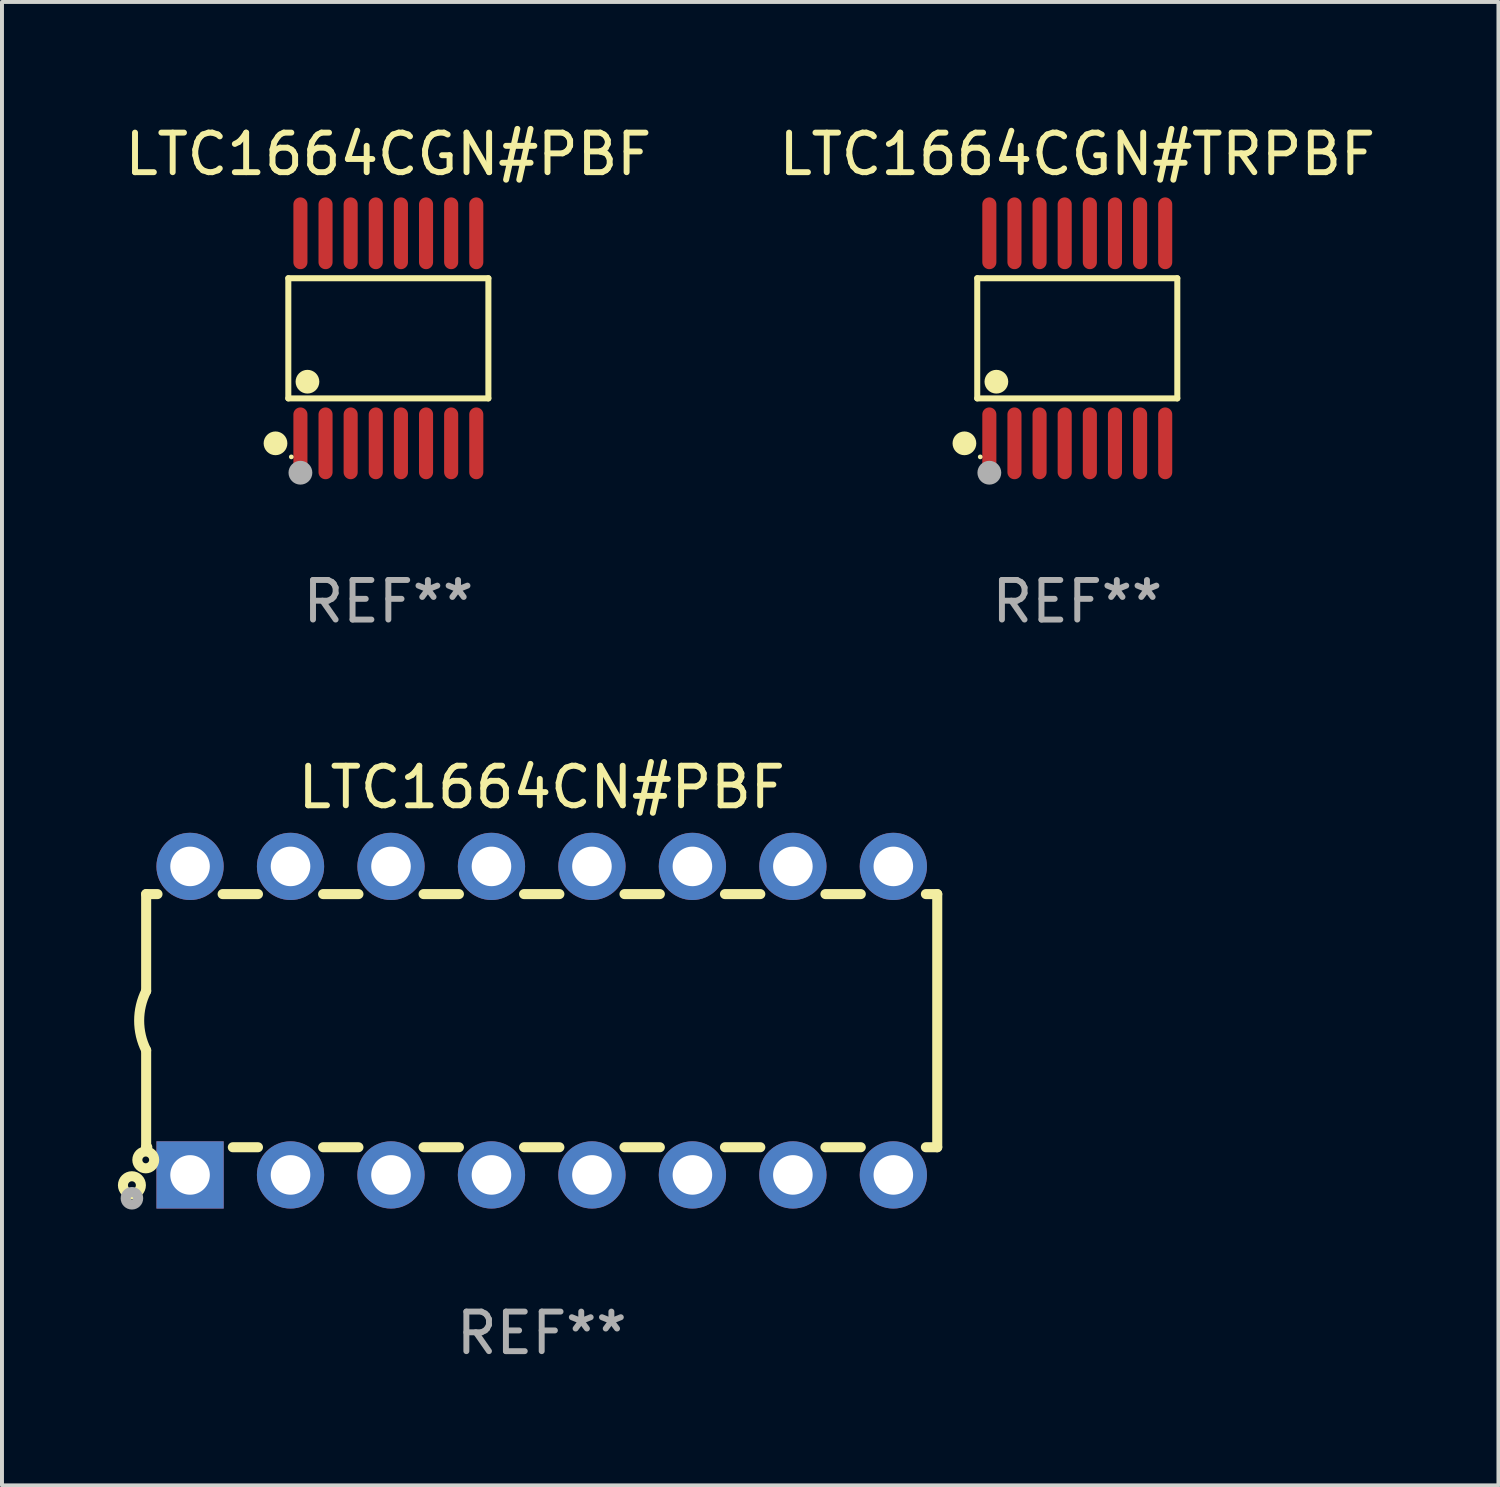
<source format=kicad_pcb>
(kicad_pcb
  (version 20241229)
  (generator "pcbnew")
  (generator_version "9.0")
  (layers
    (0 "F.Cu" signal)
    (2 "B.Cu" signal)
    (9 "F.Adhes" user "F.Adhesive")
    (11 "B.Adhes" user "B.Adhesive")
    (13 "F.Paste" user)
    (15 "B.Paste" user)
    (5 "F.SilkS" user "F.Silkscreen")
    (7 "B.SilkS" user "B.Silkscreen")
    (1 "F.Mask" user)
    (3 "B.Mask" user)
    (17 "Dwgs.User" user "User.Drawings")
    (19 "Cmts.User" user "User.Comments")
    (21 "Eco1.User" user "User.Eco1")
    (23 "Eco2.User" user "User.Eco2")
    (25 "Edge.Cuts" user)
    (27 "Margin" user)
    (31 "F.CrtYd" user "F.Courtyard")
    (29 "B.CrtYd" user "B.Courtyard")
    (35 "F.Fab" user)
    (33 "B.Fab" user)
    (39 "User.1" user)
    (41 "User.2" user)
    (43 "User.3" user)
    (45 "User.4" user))
  (footprint "LTC1664CGN#PBF"
    (layer "F.Cu")
    (at 6.768 5.503)
    (property "Reference" "LTC1664CGN#PBF" (at 0 -4.655 0) (layer "F.SilkS") (effects (font (size 1 1) (thickness 0.15))))
    (attr through_hole)
    (fp_line (start -2.529 -1.519) (end 2.529 -1.519) (stroke (width 0.152) (type solid)) (layer "F.SilkS"))
    (fp_line (start -2.529 1.519) (end -2.529 -1.519) (stroke (width 0.152) (type solid)) (layer "F.SilkS"))
    (fp_line (start 2.529 -1.519) (end 2.529 1.519) (stroke (width 0.152) (type solid)) (layer "F.SilkS"))
    (fp_line (start 2.529 1.519) (end -2.529 1.519) (stroke (width 0.152) (type solid)) (layer "F.SilkS"))
    (fp_circle (center -2.853 2.655) (end -2.703 2.655) (stroke (width 0.3) (type solid)) (fill no) (layer "F.SilkS"))
    (fp_circle (center -2.453 2.998) (end -2.423 2.998) (stroke (width 0.06) (type solid)) (fill no) (layer "F.SilkS"))
    (fp_circle (center -2.045 1.097) (end -1.895 1.097) (stroke (width 0.3) (type solid)) (fill no) (layer "F.SilkS"))
    (fp_circle (center -2.223 3.398) (end -2.072 3.398) (stroke (width 0.3) (type solid)) (fill no) (layer "F.Fab"))
    (fp_text user "REF**" (at 0 6.655 0) (layer "F.Fab") (effects (font (size 1 1) (thickness 0.15))))
    (pad "1" smd oval (at -2.223 2.655) (size 0.356 1.815) (layers "F.Cu" "F.Mask" "F.Paste"))
    (pad "2" smd oval (at -1.588 2.655) (size 0.356 1.815) (layers "F.Cu" "F.Mask" "F.Paste"))
    (pad "3" smd oval (at -0.953 2.655) (size 0.356 1.815) (layers "F.Cu" "F.Mask" "F.Paste"))
    (pad "4" smd oval (at -0.318 2.655) (size 0.356 1.815) (layers "F.Cu" "F.Mask" "F.Paste"))
    (pad "5" smd oval (at 0.318 2.655) (size 0.356 1.815) (layers "F.Cu" "F.Mask" "F.Paste"))
    (pad "6" smd oval (at 0.953 2.655) (size 0.356 1.815) (layers "F.Cu" "F.Mask" "F.Paste"))
    (pad "7" smd oval (at 1.588 2.655) (size 0.356 1.815) (layers "F.Cu" "F.Mask" "F.Paste"))
    (pad "8" smd oval (at 2.223 2.655) (size 0.356 1.815) (layers "F.Cu" "F.Mask" "F.Paste"))
    (pad "9" smd oval (at 2.223 -2.655) (size 0.356 1.815) (layers "F.Cu" "F.Mask" "F.Paste"))
    (pad "10" smd oval (at 1.588 -2.655) (size 0.356 1.815) (layers "F.Cu" "F.Mask" "F.Paste"))
    (pad "11" smd oval (at 0.953 -2.655) (size 0.356 1.815) (layers "F.Cu" "F.Mask" "F.Paste"))
    (pad "12" smd oval (at 0.318 -2.655) (size 0.356 1.815) (layers "F.Cu" "F.Mask" "F.Paste"))
    (pad "13" smd oval (at -0.318 -2.655) (size 0.356 1.815) (layers "F.Cu" "F.Mask" "F.Paste"))
    (pad "14" smd oval (at -0.953 -2.655) (size 0.356 1.815) (layers "F.Cu" "F.Mask" "F.Paste"))
    (pad "15" smd oval (at -1.588 -2.655) (size 0.356 1.815) (layers "F.Cu" "F.Mask" "F.Paste"))
    (pad "16" smd oval (at -2.223 -2.655) (size 0.356 1.815) (layers "F.Cu" "F.Mask" "F.Paste")))
  (footprint "LTC1664CGN#TRPBF"
    (layer "F.Cu")
    (at 24.185 5.503)
    (property "Reference" "LTC1664CGN#TRPBF" (at 0 -4.655 0) (layer "F.SilkS") (effects (font (size 1 1) (thickness 0.15))))
    (attr through_hole)
    (fp_line (start -2.529 -1.519) (end 2.529 -1.519) (stroke (width 0.152) (type solid)) (layer "F.SilkS"))
    (fp_line (start -2.529 1.519) (end -2.529 -1.519) (stroke (width 0.152) (type solid)) (layer "F.SilkS"))
    (fp_line (start 2.529 -1.519) (end 2.529 1.519) (stroke (width 0.152) (type solid)) (layer "F.SilkS"))
    (fp_line (start 2.529 1.519) (end -2.529 1.519) (stroke (width 0.152) (type solid)) (layer "F.SilkS"))
    (fp_circle (center -2.853 2.655) (end -2.703 2.655) (stroke (width 0.3) (type solid)) (fill no) (layer "F.SilkS"))
    (fp_circle (center -2.453 2.998) (end -2.423 2.998) (stroke (width 0.06) (type solid)) (fill no) (layer "F.SilkS"))
    (fp_circle (center -2.045 1.097) (end -1.895 1.097) (stroke (width 0.3) (type solid)) (fill no) (layer "F.SilkS"))
    (fp_circle (center -2.223 3.398) (end -2.072 3.398) (stroke (width 0.3) (type solid)) (fill no) (layer "F.Fab"))
    (fp_text user "REF**" (at 0 6.655 0) (layer "F.Fab") (effects (font (size 1 1) (thickness 0.15))))
    (pad "1" smd oval (at -2.223 2.655) (size 0.356 1.815) (layers "F.Cu" "F.Mask" "F.Paste"))
    (pad "2" smd oval (at -1.588 2.655) (size 0.356 1.815) (layers "F.Cu" "F.Mask" "F.Paste"))
    (pad "3" smd oval (at -0.953 2.655) (size 0.356 1.815) (layers "F.Cu" "F.Mask" "F.Paste"))
    (pad "4" smd oval (at -0.318 2.655) (size 0.356 1.815) (layers "F.Cu" "F.Mask" "F.Paste"))
    (pad "5" smd oval (at 0.318 2.655) (size 0.356 1.815) (layers "F.Cu" "F.Mask" "F.Paste"))
    (pad "6" smd oval (at 0.953 2.655) (size 0.356 1.815) (layers "F.Cu" "F.Mask" "F.Paste"))
    (pad "7" smd oval (at 1.588 2.655) (size 0.356 1.815) (layers "F.Cu" "F.Mask" "F.Paste"))
    (pad "8" smd oval (at 2.223 2.655) (size 0.356 1.815) (layers "F.Cu" "F.Mask" "F.Paste"))
    (pad "9" smd oval (at 2.223 -2.655) (size 0.356 1.815) (layers "F.Cu" "F.Mask" "F.Paste"))
    (pad "10" smd oval (at 1.588 -2.655) (size 0.356 1.815) (layers "F.Cu" "F.Mask" "F.Paste"))
    (pad "11" smd oval (at 0.953 -2.655) (size 0.356 1.815) (layers "F.Cu" "F.Mask" "F.Paste"))
    (pad "12" smd oval (at 0.318 -2.655) (size 0.356 1.815) (layers "F.Cu" "F.Mask" "F.Paste"))
    (pad "13" smd oval (at -0.318 -2.655) (size 0.356 1.815) (layers "F.Cu" "F.Mask" "F.Paste"))
    (pad "14" smd oval (at -0.953 -2.655) (size 0.356 1.815) (layers "F.Cu" "F.Mask" "F.Paste"))
    (pad "15" smd oval (at -1.588 -2.655) (size 0.356 1.815) (layers "F.Cu" "F.Mask" "F.Paste"))
    (pad "16" smd oval (at -2.223 -2.655) (size 0.356 1.815) (layers "F.Cu" "F.Mask" "F.Paste")))
  (footprint "LTC1664CN#PBF"
    (layer "F.Cu")
    (at 10.645 22.754)
    (property "Reference" "LTC1664CN#PBF" (at 0 -5.9 0) (layer "F.SilkS") (effects (font (size 1 1) (thickness 0.15))))
    (attr through_hole)
    (fp_line (start -10 -3.2) (end -10 -0.75) (stroke (width 0.254) (type solid)) (layer "F.SilkS"))
    (fp_line (start -10 -3.2) (end -9.713 -3.2) (stroke (width 0.254) (type solid)) (layer "F.SilkS"))
    (fp_line (start -10 3.2) (end -10 0.75) (stroke (width 0.254) (type solid)) (layer "F.SilkS"))
    (fp_line (start -10 3.2) (end -9.971 3.2) (stroke (width 0.254) (type solid)) (layer "F.SilkS"))
    (fp_line (start -8.067 -3.2) (end -7.173 -3.2) (stroke (width 0.254) (type solid)) (layer "F.SilkS"))
    (fp_line (start -7.809 3.2) (end -7.173 3.2) (stroke (width 0.254) (type solid)) (layer "F.SilkS"))
    (fp_line (start -5.527 3.2) (end -4.633 3.2) (stroke (width 0.254) (type solid)) (layer "F.SilkS"))
    (fp_line (start -5.527 -3.2) (end -4.633 -3.2) (stroke (width 0.254) (type solid)) (layer "F.SilkS"))
    (fp_line (start -2.987 3.2) (end -2.093 3.2) (stroke (width 0.254) (type solid)) (layer "F.SilkS"))
    (fp_line (start -2.987 -3.2) (end -2.093 -3.2) (stroke (width 0.254) (type solid)) (layer "F.SilkS"))
    (fp_line (start -0.447 3.2) (end 0.447 3.2) (stroke (width 0.254) (type solid)) (layer "F.SilkS"))
    (fp_line (start -0.447 -3.2) (end 0.447 -3.2) (stroke (width 0.254) (type solid)) (layer "F.SilkS"))
    (fp_line (start 2.093 3.2) (end 2.987 3.2) (stroke (width 0.254) (type solid)) (layer "F.SilkS"))
    (fp_line (start 2.093 -3.2) (end 2.987 -3.2) (stroke (width 0.254) (type solid)) (layer "F.SilkS"))
    (fp_line (start 4.633 3.2) (end 5.527 3.2) (stroke (width 0.254) (type solid)) (layer "F.SilkS"))
    (fp_line (start 4.633 -3.2) (end 5.527 -3.2) (stroke (width 0.254) (type solid)) (layer "F.SilkS"))
    (fp_line (start 7.173 3.2) (end 8.067 3.2) (stroke (width 0.254) (type solid)) (layer "F.SilkS"))
    (fp_line (start 7.173 -3.2) (end 8.067 -3.2) (stroke (width 0.254) (type solid)) (layer "F.SilkS"))
    (fp_line (start 9.713 3.2) (end 10 3.2) (stroke (width 0.254) (type solid)) (layer "F.SilkS"))
    (fp_line (start 9.713 -3.2) (end 10 -3.2) (stroke (width 0.254) (type solid)) (layer "F.SilkS"))
    (fp_line (start 10 -3.2) (end 10 3.2) (stroke (width 0.254) (type solid)) (layer "F.SilkS"))
    (fp_arc (start -10 0.748793) (mid -10.176918 -0.000607) (end -10.000025 -0.750013) (stroke (width 0.254001) (type solid)) (layer "F.SilkS"))
    (fp_circle (center -10.36 4.16) (end -10.26 4.16) (stroke (width 0.254) (type solid)) (fill no) (layer "F.SilkS"))
    (fp_circle (center -10.01 3.52) (end -9.924 3.52) (stroke (width 0.254) (type solid)) (fill no) (layer "F.SilkS"))
    (fp_circle (center -10.36 4.49) (end -10.202 4.49) (stroke (width 0.254) (type solid)) (fill no) (layer "F.Fab"))
    (fp_text user "REF**" (at 0 7.9 0) (layer "F.Fab") (effects (font (size 1 1) (thickness 0.15))))
    (pad "1" thru_hole rect (at -8.89 3.9 90) (size 1.7 1.7) (drill 1) (layers "*.Cu" "*.Mask"))
    (pad "2" thru_hole circle (at -6.35 3.9) (size 1.7 1.7) (drill 1) (layers "*.Cu" "*.Mask"))
    (pad "3" thru_hole circle (at -3.81 3.9) (size 1.7 1.7) (drill 1) (layers "*.Cu" "*.Mask"))
    (pad "4" thru_hole circle (at -1.27 3.9) (size 1.7 1.7) (drill 1) (layers "*.Cu" "*.Mask"))
    (pad "5" thru_hole circle (at 1.27 3.9) (size 1.7 1.7) (drill 1) (layers "*.Cu" "*.Mask"))
    (pad "6" thru_hole circle (at 3.81 3.9) (size 1.7 1.7) (drill 1) (layers "*.Cu" "*.Mask"))
    (pad "7" thru_hole circle (at 6.35 3.9) (size 1.7 1.7) (drill 1) (layers "*.Cu" "*.Mask"))
    (pad "8" thru_hole circle (at 8.89 3.9) (size 1.7 1.7) (drill 1) (layers "*.Cu" "*.Mask"))
    (pad "9" thru_hole circle (at 8.89 -3.9) (size 1.7 1.7) (drill 1) (layers "*.Cu" "*.Mask"))
    (pad "10" thru_hole circle (at 6.35 -3.9) (size 1.7 1.7) (drill 1) (layers "*.Cu" "*.Mask"))
    (pad "11" thru_hole circle (at 3.81 -3.9) (size 1.7 1.7) (drill 1) (layers "*.Cu" "*.Mask"))
    (pad "12" thru_hole circle (at 1.27 -3.9) (size 1.7 1.7) (drill 1) (layers "*.Cu" "*.Mask"))
    (pad "13" thru_hole circle (at -1.27 -3.9) (size 1.7 1.7) (drill 1) (layers "*.Cu" "*.Mask"))
    (pad "14" thru_hole circle (at -3.81 -3.9) (size 1.7 1.7) (drill 1) (layers "*.Cu" "*.Mask"))
    (pad "15" thru_hole circle (at -6.35 -3.9) (size 1.7 1.7) (drill 1) (layers "*.Cu" "*.Mask"))
    (pad "16" thru_hole circle (at -8.89 -3.9) (size 1.7 1.7) (drill 1) (layers "*.Cu" "*.Mask")))
  (gr_rect
    (start -3 -3)
    (end 34.833 34.502)
    (stroke (width 0.1) (type default))
    (fill no)
    (layer "Edge.Cuts")))
</source>
